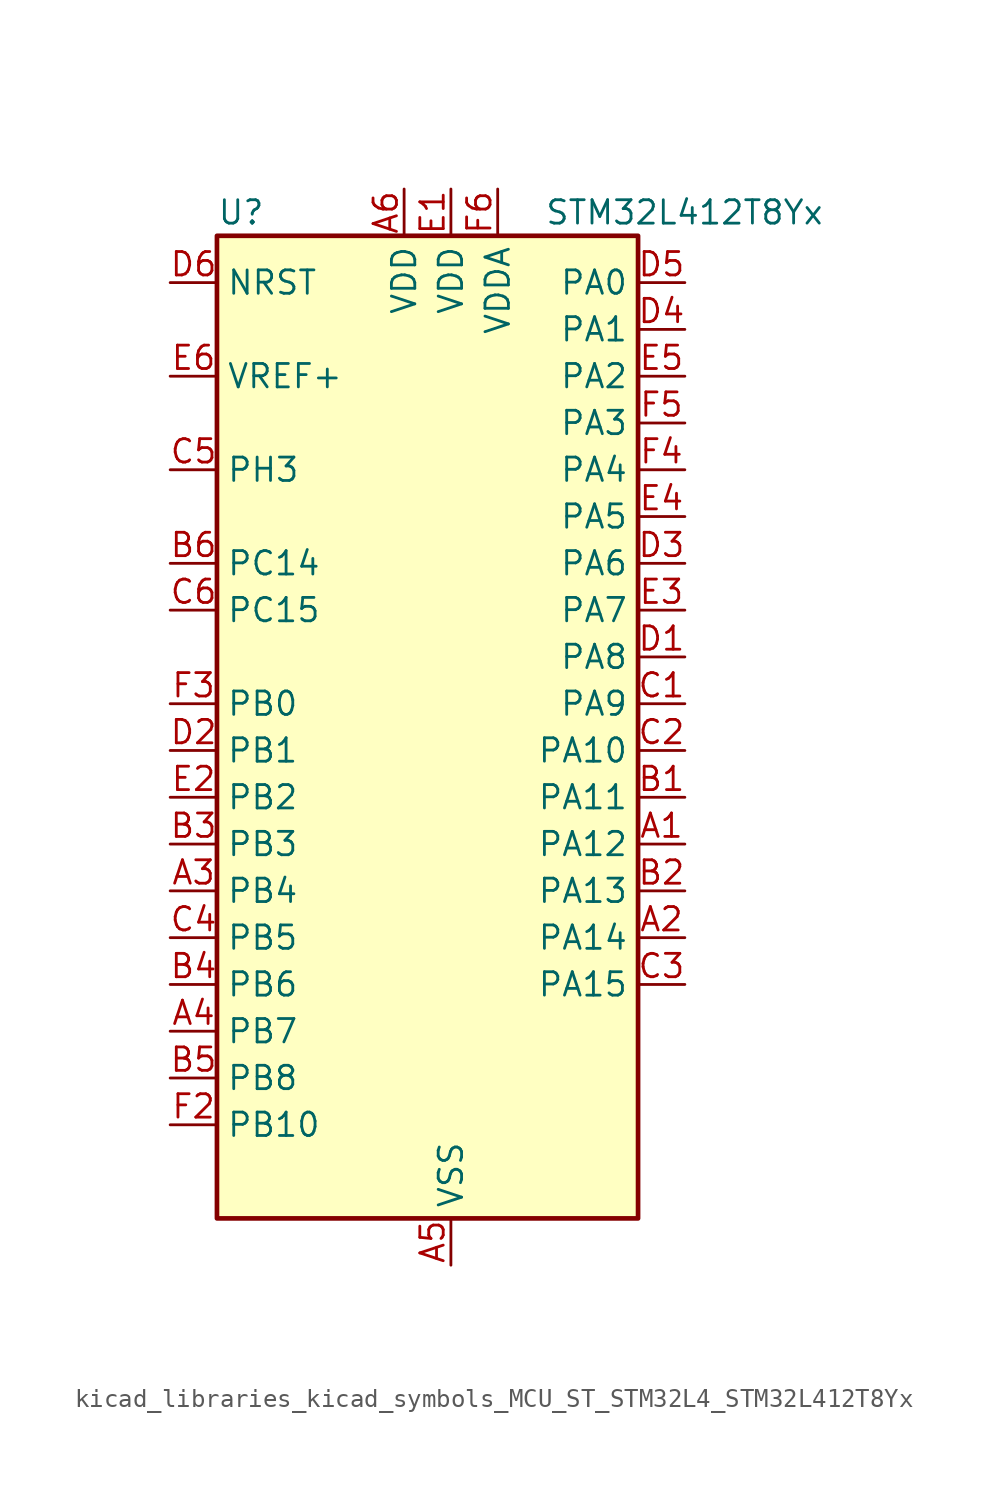
<source format=kicad_sym>
(kicad_symbol_lib
  (version 20220914)
  (generator kicad_symbol_editor)
  (symbol "kicad_libraries_kicad_symbols_MCU_ST_STM32L4_STM32L412T8Yx"
    (property "Reference" "U"
      (at -10.16 29.21 0)
      (effects (font (size 1.27 1.27)) (justify left)))
    (property "Value" "STM32L412T8Yx"
      (at 7.62 29.21 0)
      (effects (font (size 1.27 1.27)) (justify left)))
    (property "ki_locked" ""
      (at 0 0 0)
      (effects (font (size 1.27 1.27))))
    (symbol "kicad_libraries_kicad_symbols_MCU_ST_STM32L4_STM32L412T8Yx_0_1"
      (rectangle (start -10.16 -25.4) (end 12.7 27.94) (stroke (width 0.254) (type default)) (fill (type background))))
    (symbol "kicad_libraries_kicad_symbols_MCU_ST_STM32L4_STM32L412T8Yx_1_1"
      (pin bidirectional line (at 15.24 -5.08 180) (length 2.54) (name "PA12" (effects (font (size 1.27 1.27)))) (number "A1" (effects (font (size 1.27 1.27)))) (alternate "SPI1_MOSI" bidirectional line) (alternate "TIM1_ETR" bidirectional line) (alternate "USART1_DE" bidirectional line) (alternate "USART1_RTS" bidirectional line) (alternate "USB_DP" bidirectional line))
      (pin bidirectional line (at 15.24 -10.16 180) (length 2.54) (name "PA14" (effects (font (size 1.27 1.27)))) (number "A2" (effects (font (size 1.27 1.27)))) (alternate "I2C1_SMBA" bidirectional line) (alternate "LPTIM1_OUT" bidirectional line) (alternate "SYS_JTCK-SWCLK" bidirectional line))
      (pin bidirectional line (at -12.7 -7.62 0) (length 2.54) (name "PB4" (effects (font (size 1.27 1.27)))) (number "A3" (effects (font (size 1.27 1.27)))) (alternate "I2C3_SDA" bidirectional line) (alternate "SPI1_MISO" bidirectional line) (alternate "SYS_JTRST" bidirectional line) (alternate "TSC_G2_IO1" bidirectional line) (alternate "USART1_CTS" bidirectional line))
      (pin bidirectional line (at -12.7 -15.24 0) (length 2.54) (name "PB7" (effects (font (size 1.27 1.27)))) (number "A4" (effects (font (size 1.27 1.27)))) (alternate "I2C1_SDA" bidirectional line) (alternate "LPTIM1_IN2" bidirectional line) (alternate "SYS_PVD_IN" bidirectional line) (alternate "SYS_TRACECLK" bidirectional line) (alternate "TSC_G2_IO4" bidirectional line) (alternate "USART1_RX" bidirectional line))
      (pin power_in line (at 2.54 -27.94 90) (length 2.54) (name "VSS" (effects (font (size 1.27 1.27)))) (number "A5" (effects (font (size 1.27 1.27)))))
      (pin power_in line (at 0 30.48 270) (length 2.54) (name "VDD" (effects (font (size 1.27 1.27)))) (number "A6" (effects (font (size 1.27 1.27)))))
      (pin bidirectional line (at 15.24 -2.54 180) (length 2.54) (name "PA11" (effects (font (size 1.27 1.27)))) (number "B1" (effects (font (size 1.27 1.27)))) (alternate "ADC1_EXTI11" bidirectional line) (alternate "ADC2_EXTI11" bidirectional line) (alternate "COMP1_OUT" bidirectional line) (alternate "SPI1_MISO" bidirectional line) (alternate "TIM1_BKIN2" bidirectional line) (alternate "TIM1_BKIN2_COMP1" bidirectional line) (alternate "TIM1_CH4" bidirectional line) (alternate "USART1_CTS" bidirectional line) (alternate "USB_DM" bidirectional line))
      (pin bidirectional line (at 15.24 -7.62 180) (length 2.54) (name "PA13" (effects (font (size 1.27 1.27)))) (number "B2" (effects (font (size 1.27 1.27)))) (alternate "IR_OUT" bidirectional line) (alternate "SYS_JTMS-SWDIO" bidirectional line) (alternate "USB_NOE" bidirectional line))
      (pin bidirectional line (at -12.7 -5.08 0) (length 2.54) (name "PB3" (effects (font (size 1.27 1.27)))) (number "B3" (effects (font (size 1.27 1.27)))) (alternate "SPI1_SCK" bidirectional line) (alternate "SYS_JTDO-SWO" bidirectional line) (alternate "TIM2_CH2" bidirectional line) (alternate "USART1_DE" bidirectional line) (alternate "USART1_RTS" bidirectional line))
      (pin bidirectional line (at -12.7 -12.7 0) (length 2.54) (name "PB6" (effects (font (size 1.27 1.27)))) (number "B4" (effects (font (size 1.27 1.27)))) (alternate "I2C1_SCL" bidirectional line) (alternate "LPTIM1_ETR" bidirectional line) (alternate "SYS_TRACED3" bidirectional line) (alternate "TIM16_CH1N" bidirectional line) (alternate "TSC_G2_IO3" bidirectional line) (alternate "USART1_TX" bidirectional line))
      (pin bidirectional line (at -12.7 -17.78 0) (length 2.54) (name "PB8" (effects (font (size 1.27 1.27)))) (number "B5" (effects (font (size 1.27 1.27)))) (alternate "I2C1_SCL" bidirectional line) (alternate "TIM16_CH1" bidirectional line))
      (pin bidirectional line (at -12.7 10.16 0) (length 2.54) (name "PC14" (effects (font (size 1.27 1.27)))) (number "B6" (effects (font (size 1.27 1.27)))) (alternate "RCC_OSC32_IN" bidirectional line))
      (pin bidirectional line (at 15.24 2.54 180) (length 2.54) (name "PA9" (effects (font (size 1.27 1.27)))) (number "C1" (effects (font (size 1.27 1.27)))) (alternate "I2C1_SCL" bidirectional line) (alternate "TIM15_BKIN" bidirectional line) (alternate "TIM1_CH2" bidirectional line) (alternate "USART1_TX" bidirectional line))
      (pin bidirectional line (at 15.24 0 180) (length 2.54) (name "PA10" (effects (font (size 1.27 1.27)))) (number "C2" (effects (font (size 1.27 1.27)))) (alternate "CRS_SYNC" bidirectional line) (alternate "I2C1_SDA" bidirectional line) (alternate "TIM1_CH3" bidirectional line) (alternate "USART1_RX" bidirectional line))
      (pin bidirectional line (at 15.24 -12.7 180) (length 2.54) (name "PA15" (effects (font (size 1.27 1.27)))) (number "C3" (effects (font (size 1.27 1.27)))) (alternate "ADC1_EXTI15" bidirectional line) (alternate "ADC2_EXTI15" bidirectional line) (alternate "SPI1_NSS" bidirectional line) (alternate "SYS_JTDI" bidirectional line) (alternate "TIM2_CH1" bidirectional line) (alternate "TIM2_ETR" bidirectional line) (alternate "TSC_G3_IO1" bidirectional line) (alternate "USART2_RX" bidirectional line))
      (pin bidirectional line (at -12.7 -10.16 0) (length 2.54) (name "PB5" (effects (font (size 1.27 1.27)))) (number "C4" (effects (font (size 1.27 1.27)))) (alternate "I2C1_SMBA" bidirectional line) (alternate "LPTIM1_IN1" bidirectional line) (alternate "SPI1_MOSI" bidirectional line) (alternate "SYS_TRACED2" bidirectional line) (alternate "TIM16_BKIN" bidirectional line) (alternate "TSC_G2_IO2" bidirectional line) (alternate "USART1_CK" bidirectional line))
      (pin bidirectional line (at -12.7 15.24 0) (length 2.54) (name "PH3" (effects (font (size 1.27 1.27)))) (number "C5" (effects (font (size 1.27 1.27)))))
      (pin bidirectional line (at -12.7 7.62 0) (length 2.54) (name "PC15" (effects (font (size 1.27 1.27)))) (number "C6" (effects (font (size 1.27 1.27)))) (alternate "ADC1_EXTI15" bidirectional line) (alternate "ADC2_EXTI15" bidirectional line) (alternate "RCC_OSC32_OUT" bidirectional line))
      (pin bidirectional line (at 15.24 5.08 180) (length 2.54) (name "PA8" (effects (font (size 1.27 1.27)))) (number "D1" (effects (font (size 1.27 1.27)))) (alternate "LPTIM2_OUT" bidirectional line) (alternate "RCC_MCO" bidirectional line) (alternate "TIM1_CH1" bidirectional line) (alternate "USART1_CK" bidirectional line))
      (pin bidirectional line (at -12.7 0 0) (length 2.54) (name "PB1" (effects (font (size 1.27 1.27)))) (number "D2" (effects (font (size 1.27 1.27)))) (alternate "ADC1_IN16" bidirectional line) (alternate "ADC2_IN16" bidirectional line) (alternate "COMP1_INM" bidirectional line) (alternate "LPTIM2_IN1" bidirectional line) (alternate "LPUART1_DE" bidirectional line) (alternate "LPUART1_RTS" bidirectional line) (alternate "QUADSPI_BK1_IO0" bidirectional line) (alternate "SYS_TRACED1" bidirectional line) (alternate "TIM1_CH3N" bidirectional line))
      (pin bidirectional line (at 15.24 10.16 180) (length 2.54) (name "PA6" (effects (font (size 1.27 1.27)))) (number "D3" (effects (font (size 1.27 1.27)))) (alternate "ADC1_IN11" bidirectional line) (alternate "ADC2_IN11" bidirectional line) (alternate "COMP1_OUT" bidirectional line) (alternate "LPUART1_CTS" bidirectional line) (alternate "QUADSPI_BK1_IO3" bidirectional line) (alternate "SPI1_MISO" bidirectional line) (alternate "TIM16_CH1" bidirectional line) (alternate "TIM1_BKIN" bidirectional line))
      (pin bidirectional line (at 15.24 22.86 180) (length 2.54) (name "PA1" (effects (font (size 1.27 1.27)))) (number "D4" (effects (font (size 1.27 1.27)))) (alternate "ADC1_IN6" bidirectional line) (alternate "COMP1_INP" bidirectional line) (alternate "I2C1_SMBA" bidirectional line) (alternate "OPAMP1_VINM" bidirectional line) (alternate "SPI1_SCK" bidirectional line) (alternate "TIM15_CH1N" bidirectional line) (alternate "TIM2_CH2" bidirectional line) (alternate "USART2_DE" bidirectional line) (alternate "USART2_RTS" bidirectional line))
      (pin bidirectional line (at 15.24 25.4 180) (length 2.54) (name "PA0" (effects (font (size 1.27 1.27)))) (number "D5" (effects (font (size 1.27 1.27)))) (alternate "ADC1_IN5" bidirectional line) (alternate "COMP1_INM" bidirectional line) (alternate "COMP1_OUT" bidirectional line) (alternate "OPAMP1_VINP" bidirectional line) (alternate "RCC_CK_IN" bidirectional line) (alternate "RTC_TAMP2" bidirectional line) (alternate "SYS_WKUP1" bidirectional line) (alternate "TIM2_CH1" bidirectional line) (alternate "TIM2_ETR" bidirectional line) (alternate "USART2_CTS" bidirectional line))
      (pin input line (at -12.7 25.4 0) (length 2.54) (name "NRST" (effects (font (size 1.27 1.27)))) (number "D6" (effects (font (size 1.27 1.27)))))
      (pin power_in line (at 2.54 30.48 270) (length 2.54) (name "VDD" (effects (font (size 1.27 1.27)))) (number "E1" (effects (font (size 1.27 1.27)))))
      (pin bidirectional line (at -12.7 -2.54 0) (length 2.54) (name "PB2" (effects (font (size 1.27 1.27)))) (number "E2" (effects (font (size 1.27 1.27)))) (alternate "COMP1_INP" bidirectional line) (alternate "I2C3_SMBA" bidirectional line) (alternate "LPTIM1_OUT" bidirectional line) (alternate "RTC_OUT_ALARM" bidirectional line) (alternate "RTC_OUT_CALIB" bidirectional line))
      (pin bidirectional line (at 15.24 7.62 180) (length 2.54) (name "PA7" (effects (font (size 1.27 1.27)))) (number "E3" (effects (font (size 1.27 1.27)))) (alternate "ADC1_IN12" bidirectional line) (alternate "ADC2_IN12" bidirectional line) (alternate "I2C3_SCL" bidirectional line) (alternate "QUADSPI_BK1_IO2" bidirectional line) (alternate "SPI1_MOSI" bidirectional line) (alternate "TIM1_CH1N" bidirectional line))
      (pin bidirectional line (at 15.24 12.7 180) (length 2.54) (name "PA5" (effects (font (size 1.27 1.27)))) (number "E4" (effects (font (size 1.27 1.27)))) (alternate "ADC1_IN10" bidirectional line) (alternate "ADC2_IN10" bidirectional line) (alternate "COMP1_INM" bidirectional line) (alternate "LPTIM2_ETR" bidirectional line) (alternate "SPI1_SCK" bidirectional line) (alternate "TIM2_CH1" bidirectional line) (alternate "TIM2_ETR" bidirectional line))
      (pin bidirectional line (at 15.24 20.32 180) (length 2.54) (name "PA2" (effects (font (size 1.27 1.27)))) (number "E5" (effects (font (size 1.27 1.27)))) (alternate "ADC1_IN7" bidirectional line) (alternate "ADC2_IN7" bidirectional line) (alternate "LPUART1_TX" bidirectional line) (alternate "QUADSPI_BK1_NCS" bidirectional line) (alternate "RCC_LSCO" bidirectional line) (alternate "SYS_WKUP4" bidirectional line) (alternate "TIM15_CH1" bidirectional line) (alternate "TIM2_CH3" bidirectional line) (alternate "USART2_TX" bidirectional line))
      (pin input line (at -12.7 20.32 0) (length 2.54) (name "VREF+" (effects (font (size 1.27 1.27)))) (number "E6" (effects (font (size 1.27 1.27)))))
      (pin passive line (at 2.54 -27.94 90) (length 2.54) hide (name "VSS" (effects (font (size 1.27 1.27)))) (number "F1" (effects (font (size 1.27 1.27)))))
      (pin bidirectional line (at -12.7 -20.32 0) (length 2.54) (name "PB10" (effects (font (size 1.27 1.27)))) (number "F2" (effects (font (size 1.27 1.27)))) (alternate "COMP1_OUT" bidirectional line) (alternate "LPUART1_RX" bidirectional line) (alternate "QUADSPI_CLK" bidirectional line) (alternate "TIM2_CH3" bidirectional line) (alternate "TSC_SYNC" bidirectional line))
      (pin bidirectional line (at -12.7 2.54 0) (length 2.54) (name "PB0" (effects (font (size 1.27 1.27)))) (number "F3" (effects (font (size 1.27 1.27)))) (alternate "ADC1_IN15" bidirectional line) (alternate "ADC2_IN15" bidirectional line) (alternate "COMP1_OUT" bidirectional line) (alternate "QUADSPI_BK1_IO1" bidirectional line) (alternate "SPI1_NSS" bidirectional line) (alternate "SYS_TRACED0" bidirectional line) (alternate "TIM1_CH2N" bidirectional line))
      (pin bidirectional line (at 15.24 15.24 180) (length 2.54) (name "PA4" (effects (font (size 1.27 1.27)))) (number "F4" (effects (font (size 1.27 1.27)))) (alternate "ADC1_IN9" bidirectional line) (alternate "ADC2_IN9" bidirectional line) (alternate "COMP1_INM" bidirectional line) (alternate "LPTIM2_OUT" bidirectional line) (alternate "SPI1_NSS" bidirectional line) (alternate "USART2_CK" bidirectional line))
      (pin bidirectional line (at 15.24 17.78 180) (length 2.54) (name "PA3" (effects (font (size 1.27 1.27)))) (number "F5" (effects (font (size 1.27 1.27)))) (alternate "ADC1_IN8" bidirectional line) (alternate "ADC2_IN8" bidirectional line) (alternate "LPUART1_RX" bidirectional line) (alternate "OPAMP1_VOUT" bidirectional line) (alternate "QUADSPI_CLK" bidirectional line) (alternate "TIM15_CH2" bidirectional line) (alternate "TIM2_CH4" bidirectional line) (alternate "USART2_RX" bidirectional line))
      (pin power_in line (at 5.08 30.48 270) (length 2.54) (name "VDDA" (effects (font (size 1.27 1.27)))) (number "F6" (effects (font (size 1.27 1.27))))))))
</source>
